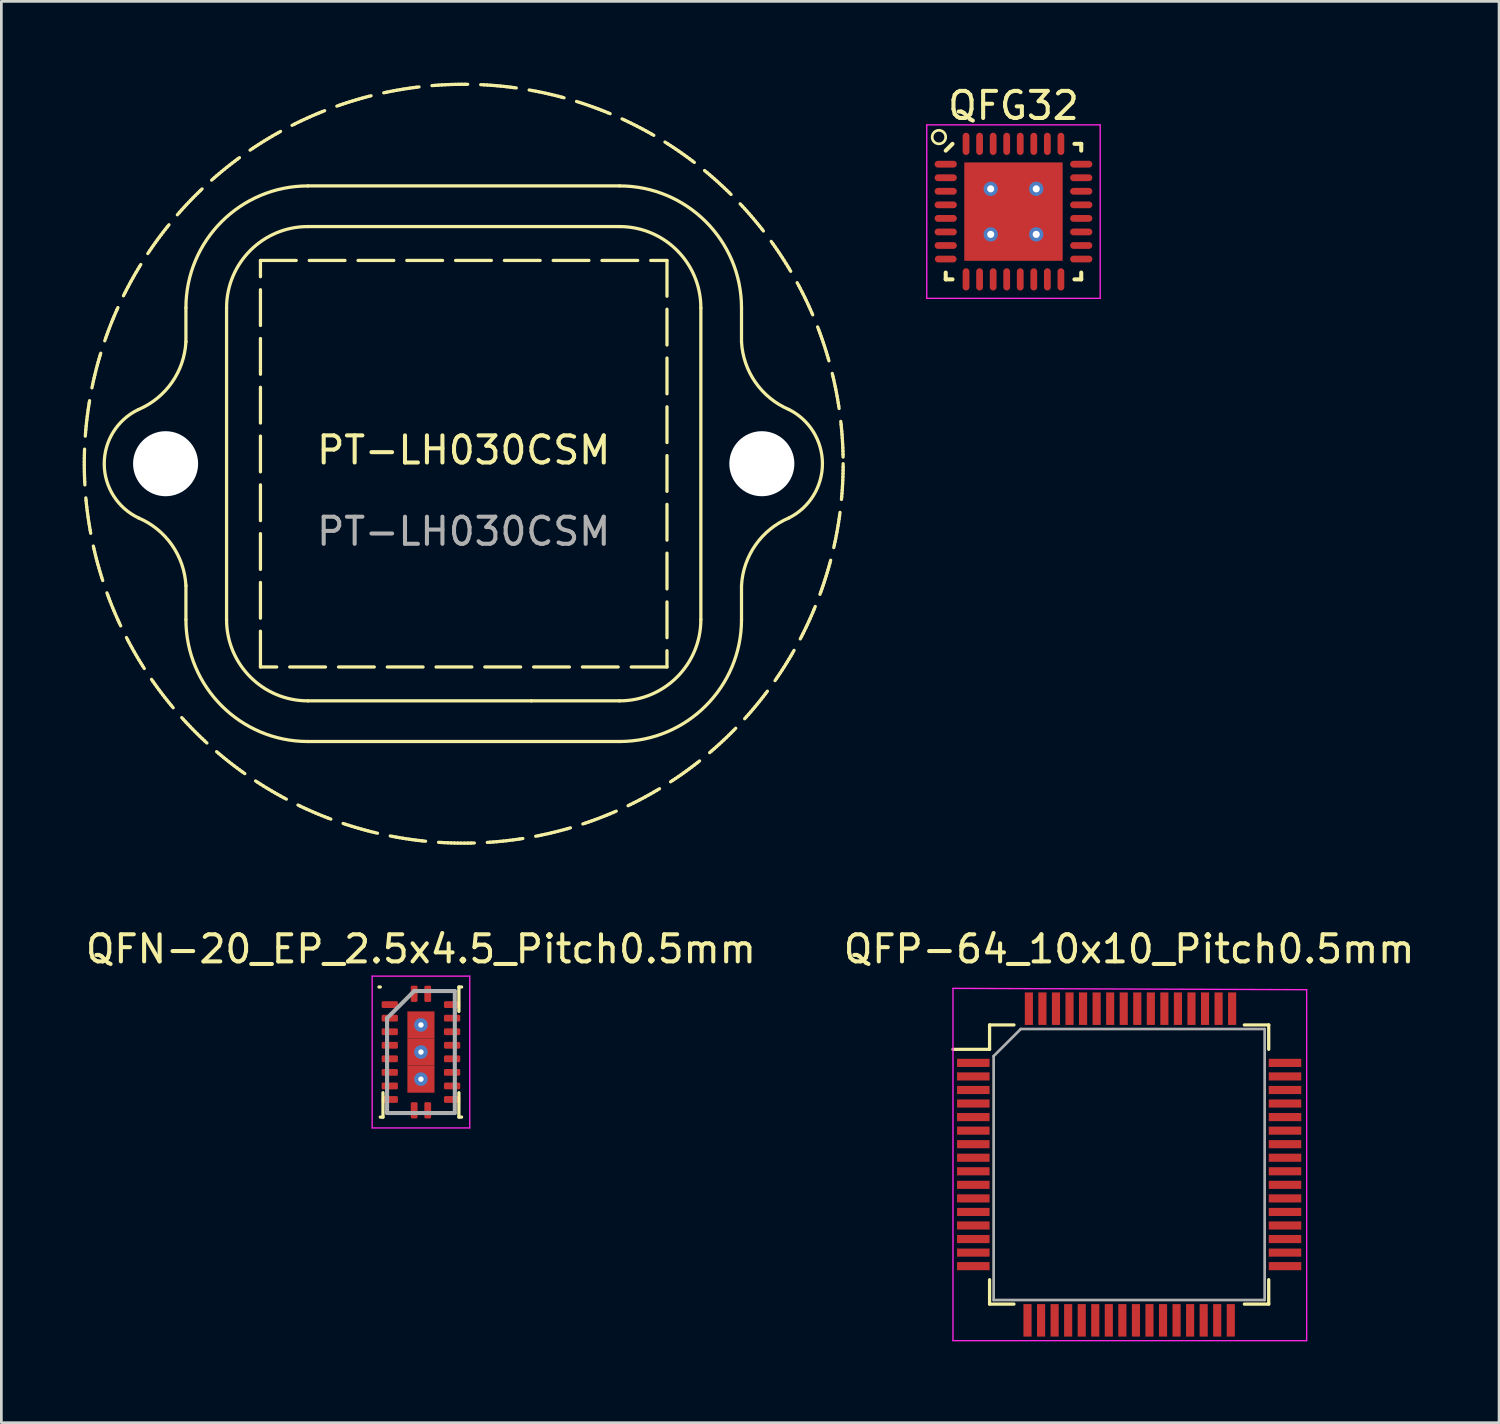
<source format=kicad_pcb>
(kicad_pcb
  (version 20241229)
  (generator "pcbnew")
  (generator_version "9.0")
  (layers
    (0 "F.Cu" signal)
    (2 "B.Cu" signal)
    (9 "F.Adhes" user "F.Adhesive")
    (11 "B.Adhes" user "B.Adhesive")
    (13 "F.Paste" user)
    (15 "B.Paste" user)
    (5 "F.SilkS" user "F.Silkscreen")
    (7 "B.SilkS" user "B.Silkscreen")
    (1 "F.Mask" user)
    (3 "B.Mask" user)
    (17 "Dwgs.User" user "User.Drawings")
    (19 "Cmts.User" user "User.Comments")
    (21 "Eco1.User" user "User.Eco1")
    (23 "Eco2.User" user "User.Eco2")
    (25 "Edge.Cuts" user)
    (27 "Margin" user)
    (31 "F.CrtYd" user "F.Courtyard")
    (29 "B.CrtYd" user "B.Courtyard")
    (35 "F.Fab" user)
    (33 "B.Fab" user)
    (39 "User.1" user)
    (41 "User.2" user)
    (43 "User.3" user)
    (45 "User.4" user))
  (footprint "PT-LH030CSM"
    (layer "F.Cu")
    (at 14.06 14.06)
    (property "Reference" "PT-LH030CSM" (at 0 -0.5 0) (unlocked yes) (layer "F.SilkS") (effects (font (size 1 1) (thickness 0.15))))
    (fp_line (start -10.25 -5.75) (end -10.25 -4.5) (stroke (width 0.12) (type default)) (layer "F.SilkS"))
    (fp_line (start -10.25 4.5) (end -10.25 5.75) (stroke (width 0.12) (type default)) (layer "F.SilkS"))
    (fp_line (start -8.75 -5.75) (end -8.75 5.75) (stroke (width 0.12) (type default)) (layer "F.SilkS"))
    (fp_line (start -5.75 -10.25) (end 5.75 -10.25) (stroke (width 0.12) (type default)) (layer "F.SilkS"))
    (fp_line (start -5.75 -8.75) (end 5.75 -8.75) (stroke (width 0.12) (type default)) (layer "F.SilkS"))
    (fp_line (start -5.75 8.75) (end 5.75 8.75) (stroke (width 0.12) (type default)) (layer "F.SilkS"))
    (fp_line (start -5.75 10.25) (end 5.75 10.25) (stroke (width 0.12) (type default)) (layer "F.SilkS"))
    (fp_line (start 2.5 8.75) (end 2.5 8.75) (stroke (width 0.12) (type default)) (layer "F.SilkS"))
    (fp_line (start 8.75 -5.75) (end 8.75 5.75) (stroke (width 0.12) (type default)) (layer "F.SilkS"))
    (fp_line (start 10.25 -5.75) (end 10.25 -4.5) (stroke (width 0.12) (type default)) (layer "F.SilkS"))
    (fp_line (start 10.25 4.5) (end 10.25 5.75) (stroke (width 0.12) (type default)) (layer "F.SilkS"))
    (fp_rect (start -7.5 -7.5) (end 7.5 7.5) (stroke (width 0.12) (type dash)) (fill no) (layer "F.SilkS"))
    (fp_arc (start -12 1.999999) (mid -13.26414 0.008861) (end -12.015978 -1.992331) (stroke (width 0.12) (type default)) (layer "F.SilkS"))
    (fp_arc (start -12 2) (mid -10.766568 2.999097) (end -10.25 4.5) (stroke (width 0.12) (type default)) (layer "F.SilkS"))
    (fp_arc (start -10.25 -5.75) (mid -8.931981 -8.931981) (end -5.75 -10.25) (stroke (width 0.12) (type default)) (layer "F.SilkS"))
    (fp_arc (start -10.25 -4.5) (mid -10.766568 -2.999097) (end -12 -2) (stroke (width 0.12) (type default)) (layer "F.SilkS"))
    (fp_arc (start -8.75 -5.75) (mid -7.87132 -7.87132) (end -5.75 -8.75) (stroke (width 0.12) (type default)) (layer "F.SilkS"))
    (fp_arc (start -5.75 8.75) (mid -7.87132 7.87132) (end -8.75 5.75) (stroke (width 0.12) (type default)) (layer "F.SilkS"))
    (fp_arc (start -5.75 10.25) (mid -8.931981 8.931981) (end -10.25 5.75) (stroke (width 0.12) (type default)) (layer "F.SilkS"))
    (fp_arc (start 5.75 -10.25) (mid 8.931981 -8.931981) (end 10.25 -5.75) (stroke (width 0.12) (type default)) (layer "F.SilkS"))
    (fp_arc (start 5.75 -8.75) (mid 7.87132 -7.87132) (end 8.75 -5.75) (stroke (width 0.12) (type default)) (layer "F.SilkS"))
    (fp_arc (start 8.75 5.75) (mid 7.87132 7.87132) (end 5.75 8.75) (stroke (width 0.12) (type default)) (layer "F.SilkS"))
    (fp_arc (start 10.25 4.5) (mid 10.766568 2.999097) (end 12 2) (stroke (width 0.12) (type default)) (layer "F.SilkS"))
    (fp_arc (start 10.25 5.75) (mid 8.931981 8.931981) (end 5.75 10.25) (stroke (width 0.12) (type default)) (layer "F.SilkS"))
    (fp_arc (start 12 -2) (mid 10.766568 -2.999097) (end 10.25 -4.5) (stroke (width 0.12) (type default)) (layer "F.SilkS"))
    (fp_arc (start 12 -1.999999) (mid 13.236067 0) (end 12 1.999999) (stroke (width 0.12) (type default)) (layer "F.SilkS"))
    (fp_circle (center 0 0) (end 14 0) (stroke (width 0.12) (type dash)) (fill no) (layer "F.SilkS"))
    (fp_text user "${REFERENCE}" (at 0 2.5 0) (unlocked yes) (layer "F.Fab") (effects (font (size 1 1) (thickness 0.15))))
    (pad "" np_thru_hole circle (at -11 0) (size 2.4 2.4) (drill 2.4) (layers "*.Cu" "*.Mask"))
    (pad "" np_thru_hole circle (at 11 0) (size 2.4 2.4) (drill 2.4) (layers "*.Cu" "*.Mask")))
  (footprint "QFP-64_10x10_Pitch0.5mm"
    (layer "F.Cu")
    (at 38.613 39.918)
    (property "Reference" "QFP-64_10x10_Pitch0.5mm" (at 0 -7.95 0) (layer "F.SilkS") (effects (font (size 1 1) (thickness 0.15))))
    (attr smd)
    (fp_line (start -5.15 -5.15) (end -5.15 -4.25) (stroke (width 0.12) (type solid)) (layer "F.SilkS"))
    (fp_line (start -5.15 -4.25) (end -6.5 -4.25) (stroke (width 0.12) (type solid)) (layer "F.SilkS"))
    (fp_line (start -5.15 5.15) (end -5.15 4.25) (stroke (width 0.12) (type solid)) (layer "F.SilkS"))
    (fp_line (start -4.25 -5.15) (end -5.15 -5.15) (stroke (width 0.12) (type solid)) (layer "F.SilkS"))
    (fp_line (start -4.25 5.15) (end -5.15 5.15) (stroke (width 0.12) (type solid)) (layer "F.SilkS"))
    (fp_line (start 4.25 -5.15) (end 5.15 -5.15) (stroke (width 0.12) (type solid)) (layer "F.SilkS"))
    (fp_line (start 4.25 5.15) (end 5.15 5.15) (stroke (width 0.12) (type solid)) (layer "F.SilkS"))
    (fp_line (start 5.15 -5.15) (end 5.15 -4.25) (stroke (width 0.12) (type solid)) (layer "F.SilkS"))
    (fp_line (start 5.15 5.15) (end 5.15 4.25) (stroke (width 0.12) (type solid)) (layer "F.SilkS"))
    (fp_line (start -6.5 -6.5) (end 6.55 -6.45) (stroke (width 0.05) (type solid)) (layer "F.CrtYd"))
    (fp_line (start -6.5 6.5) (end -6.5 -6.5) (stroke (width 0.05) (type solid)) (layer "F.CrtYd"))
    (fp_line (start 6.55 -6.45) (end 6.55 6.5) (stroke (width 0.05) (type solid)) (layer "F.CrtYd"))
    (fp_line (start 6.55 6.5) (end -6.5 6.5) (stroke (width 0.05) (type solid)) (layer "F.CrtYd"))
    (fp_line (start -5 -4) (end -5 5) (stroke (width 0.1) (type solid)) (layer "F.Fab"))
    (fp_line (start -5 5) (end 5 5) (stroke (width 0.1) (type solid)) (layer "F.Fab"))
    (fp_line (start -4 -5) (end -5 -4) (stroke (width 0.1) (type solid)) (layer "F.Fab"))
    (fp_line (start 5 -5) (end -4 -5) (stroke (width 0.1) (type solid)) (layer "F.Fab"))
    (fp_line (start 5 5) (end 5 -5) (stroke (width 0.1) (type solid)) (layer "F.Fab"))
    (pad "1" smd rect (at -5.75 -3.75 90) (size 0.3 1.2) (layers "F.Cu" "F.Mask" "F.Paste"))
    (pad "2" smd rect (at -5.75 -3.25 90) (size 0.3 1.2) (layers "F.Cu" "F.Mask" "F.Paste"))
    (pad "3" smd rect (at -5.75 -2.75 90) (size 0.3 1.2) (layers "F.Cu" "F.Mask" "F.Paste"))
    (pad "4" smd rect (at -5.75 -2.25 90) (size 0.3 1.2) (layers "F.Cu" "F.Mask" "F.Paste"))
    (pad "5" smd rect (at -5.75 -1.75 90) (size 0.3 1.2) (layers "F.Cu" "F.Mask" "F.Paste"))
    (pad "6" smd rect (at -5.75 -1.25 90) (size 0.3 1.2) (layers "F.Cu" "F.Mask" "F.Paste"))
    (pad "7" smd rect (at -5.75 -0.75 90) (size 0.3 1.2) (layers "F.Cu" "F.Mask" "F.Paste"))
    (pad "8" smd rect (at -5.75 -0.25 90) (size 0.3 1.2) (layers "F.Cu" "F.Mask" "F.Paste"))
    (pad "9" smd rect (at -5.75 0.25 90) (size 0.3 1.2) (layers "F.Cu" "F.Mask" "F.Paste"))
    (pad "10" smd rect (at -5.75 0.75 90) (size 0.3 1.2) (layers "F.Cu" "F.Mask" "F.Paste"))
    (pad "11" smd rect (at -5.75 1.25 90) (size 0.3 1.2) (layers "F.Cu" "F.Mask" "F.Paste"))
    (pad "12" smd rect (at -5.75 1.75 90) (size 0.3 1.2) (layers "F.Cu" "F.Mask" "F.Paste"))
    (pad "13" smd rect (at -5.75 2.25 90) (size 0.3 1.2) (layers "F.Cu" "F.Mask" "F.Paste"))
    (pad "14" smd rect (at -5.75 2.75 90) (size 0.3 1.2) (layers "F.Cu" "F.Mask" "F.Paste"))
    (pad "15" smd rect (at -5.75 3.25 90) (size 0.3 1.2) (layers "F.Cu" "F.Mask" "F.Paste"))
    (pad "16" smd rect (at -5.75 3.75 90) (size 0.3 1.2) (layers "F.Cu" "F.Mask" "F.Paste"))
    (pad "17" smd rect (at -3.75 5.75) (size 0.3 1.2) (layers "F.Cu" "F.Mask" "F.Paste"))
    (pad "18" smd rect (at -3.25 5.75) (size 0.3 1.2) (layers "F.Cu" "F.Mask" "F.Paste"))
    (pad "19" smd rect (at -2.75 5.75) (size 0.3 1.2) (layers "F.Cu" "F.Mask" "F.Paste"))
    (pad "20" smd rect (at -2.25 5.75) (size 0.3 1.2) (layers "F.Cu" "F.Mask" "F.Paste"))
    (pad "21" smd rect (at -1.75 5.75) (size 0.3 1.2) (layers "F.Cu" "F.Mask" "F.Paste"))
    (pad "22" smd rect (at -1.25 5.75) (size 0.3 1.2) (layers "F.Cu" "F.Mask" "F.Paste"))
    (pad "23" smd rect (at -0.75 5.75) (size 0.3 1.2) (layers "F.Cu" "F.Mask" "F.Paste"))
    (pad "24" smd rect (at -0.25 5.75) (size 0.3 1.2) (layers "F.Cu" "F.Mask" "F.Paste"))
    (pad "25" smd rect (at 0.25 5.75) (size 0.3 1.2) (layers "F.Cu" "F.Mask" "F.Paste"))
    (pad "26" smd rect (at 0.75 5.75) (size 0.3 1.2) (layers "F.Cu" "F.Mask" "F.Paste"))
    (pad "27" smd rect (at 1.25 5.75) (size 0.3 1.2) (layers "F.Cu" "F.Mask" "F.Paste"))
    (pad "28" smd rect (at 1.75 5.75) (size 0.3 1.2) (layers "F.Cu" "F.Mask" "F.Paste"))
    (pad "29" smd rect (at 2.25 5.75) (size 0.3 1.2) (layers "F.Cu" "F.Mask" "F.Paste"))
    (pad "30" smd rect (at 2.75 5.75) (size 0.3 1.2) (layers "F.Cu" "F.Mask" "F.Paste"))
    (pad "31" smd rect (at 3.25 5.75) (size 0.3 1.2) (layers "F.Cu" "F.Mask" "F.Paste"))
    (pad "32" smd rect (at 3.75 5.75) (size 0.3 1.2) (layers "F.Cu" "F.Mask" "F.Paste"))
    (pad "33" smd rect (at 5.75 3.75 90) (size 0.3 1.2) (layers "F.Cu" "F.Mask" "F.Paste"))
    (pad "34" smd rect (at 5.75 3.25 90) (size 0.3 1.2) (layers "F.Cu" "F.Mask" "F.Paste"))
    (pad "35" smd rect (at 5.75 2.75 90) (size 0.3 1.2) (layers "F.Cu" "F.Mask" "F.Paste"))
    (pad "36" smd rect (at 5.75 2.25 90) (size 0.3 1.2) (layers "F.Cu" "F.Mask" "F.Paste"))
    (pad "37" smd rect (at 5.75 1.75 90) (size 0.3 1.2) (layers "F.Cu" "F.Mask" "F.Paste"))
    (pad "38" smd rect (at 5.75 1.25 90) (size 0.3 1.2) (layers "F.Cu" "F.Mask" "F.Paste"))
    (pad "39" smd rect (at 5.75 0.75 90) (size 0.3 1.2) (layers "F.Cu" "F.Mask" "F.Paste"))
    (pad "40" smd rect (at 5.75 0.25 90) (size 0.3 1.2) (layers "F.Cu" "F.Mask" "F.Paste"))
    (pad "41" smd rect (at 5.75 -0.25 90) (size 0.3 1.2) (layers "F.Cu" "F.Mask" "F.Paste"))
    (pad "42" smd rect (at 5.75 -0.75 90) (size 0.3 1.2) (layers "F.Cu" "F.Mask" "F.Paste"))
    (pad "43" smd rect (at 5.75 -1.25 90) (size 0.3 1.2) (layers "F.Cu" "F.Mask" "F.Paste"))
    (pad "44" smd rect (at 5.75 -1.75 90) (size 0.3 1.2) (layers "F.Cu" "F.Mask" "F.Paste"))
    (pad "45" smd rect (at 5.75 -2.25 90) (size 0.3 1.2) (layers "F.Cu" "F.Mask" "F.Paste"))
    (pad "46" smd rect (at 5.75 -2.75 90) (size 0.3 1.2) (layers "F.Cu" "F.Mask" "F.Paste"))
    (pad "47" smd rect (at 5.75 -3.25 90) (size 0.3 1.2) (layers "F.Cu" "F.Mask" "F.Paste"))
    (pad "48" smd rect (at 5.75 -3.75 90) (size 0.3 1.2) (layers "F.Cu" "F.Mask" "F.Paste"))
    (pad "49" smd rect (at 3.8 -5.75) (size 0.3 1.2) (layers "F.Cu" "F.Mask" "F.Paste"))
    (pad "50" smd rect (at 3.3 -5.75) (size 0.3 1.2) (layers "F.Cu" "F.Mask" "F.Paste"))
    (pad "51" smd rect (at 2.8 -5.75) (size 0.3 1.2) (layers "F.Cu" "F.Mask" "F.Paste"))
    (pad "52" smd rect (at 2.3 -5.75) (size 0.3 1.2) (layers "F.Cu" "F.Mask" "F.Paste"))
    (pad "53" smd rect (at 1.8 -5.75) (size 0.3 1.2) (layers "F.Cu" "F.Mask" "F.Paste"))
    (pad "54" smd rect (at 1.3 -5.75) (size 0.3 1.2) (layers "F.Cu" "F.Mask" "F.Paste"))
    (pad "55" smd rect (at 0.8 -5.75) (size 0.3 1.2) (layers "F.Cu" "F.Mask" "F.Paste"))
    (pad "56" smd rect (at 0.3 -5.75) (size 0.3 1.2) (layers "F.Cu" "F.Mask" "F.Paste"))
    (pad "57" smd rect (at -0.2 -5.75) (size 0.3 1.2) (layers "F.Cu" "F.Mask" "F.Paste"))
    (pad "58" smd rect (at -0.7 -5.75) (size 0.3 1.2) (layers "F.Cu" "F.Mask" "F.Paste"))
    (pad "59" smd rect (at -1.2 -5.75) (size 0.3 1.2) (layers "F.Cu" "F.Mask" "F.Paste"))
    (pad "60" smd rect (at -1.7 -5.75) (size 0.3 1.2) (layers "F.Cu" "F.Mask" "F.Paste"))
    (pad "61" smd rect (at -2.2 -5.75) (size 0.3 1.2) (layers "F.Cu" "F.Mask" "F.Paste"))
    (pad "62" smd rect (at -2.7 -5.75) (size 0.3 1.2) (layers "F.Cu" "F.Mask" "F.Paste"))
    (pad "63" smd rect (at -3.2 -5.75) (size 0.3 1.2) (layers "F.Cu" "F.Mask" "F.Paste"))
    (pad "64" smd rect (at -3.7 -5.75) (size 0.3 1.2) (layers "F.Cu" "F.Mask" "F.Paste")))
  (footprint "QFG32"
    (layer "F.Cu")
    (at 34.345 4.758)
    (property "Reference" "QFG32" (at 0 -3.91 0) (layer "F.SilkS") (effects (font (size 1 1) (thickness 0.15))))
    (attr smd)
    (fp_line (start -2.5 -2.25) (end -2.25 -2.5) (stroke (width 0.15) (type solid)) (layer "F.SilkS"))
    (fp_line (start -2.5 2.5) (end -2.5 2.25) (stroke (width 0.15) (type solid)) (layer "F.SilkS"))
    (fp_line (start -2.25 2.5) (end -2.5 2.5) (stroke (width 0.15) (type solid)) (layer "F.SilkS"))
    (fp_line (start 2.25 -2.5) (end 2.5 -2.5) (stroke (width 0.15) (type solid)) (layer "F.SilkS"))
    (fp_line (start 2.25 2.5) (end 2.5 2.5) (stroke (width 0.15) (type solid)) (layer "F.SilkS"))
    (fp_line (start 2.5 -2.5) (end 2.5 -2.25) (stroke (width 0.15) (type solid)) (layer "F.SilkS"))
    (fp_line (start 2.5 2.5) (end 2.5 2.25) (stroke (width 0.15) (type solid)) (layer "F.SilkS"))
    (fp_circle (center -2.75 -2.75) (end -2.5 -2.75) (stroke (width 0.1) (type solid)) (fill no) (layer "F.SilkS"))
    (fp_line (start -3.2 -3.2) (end 3.2 -3.2) (stroke (width 0.05) (type solid)) (layer "F.CrtYd"))
    (fp_line (start -3.2 3.2) (end -3.2 -3.2) (stroke (width 0.05) (type solid)) (layer "F.CrtYd"))
    (fp_line (start 3.2 -3.2) (end 3.2 3.2) (stroke (width 0.05) (type solid)) (layer "F.CrtYd"))
    (fp_line (start 3.2 3.2) (end -3.2 3.2) (stroke (width 0.05) (type solid)) (layer "F.CrtYd"))
    (pad "1" smd oval (at -2.5 -1.75 90) (size 0.25 0.82) (layers "F.Cu" "F.Mask" "F.Paste"))
    (pad "2" smd oval (at -2.5 -1.25 90) (size 0.25 0.82) (layers "F.Cu" "F.Mask" "F.Paste"))
    (pad "3" smd oval (at -2.5 -0.75 90) (size 0.25 0.82) (layers "F.Cu" "F.Mask" "F.Paste"))
    (pad "4" smd oval (at -2.5 -0.25 90) (size 0.25 0.82) (layers "F.Cu" "F.Mask" "F.Paste"))
    (pad "5" smd oval (at -2.5 0.25 90) (size 0.25 0.82) (layers "F.Cu" "F.Mask" "F.Paste"))
    (pad "6" smd oval (at -2.5 0.75 90) (size 0.25 0.82) (layers "F.Cu" "F.Mask" "F.Paste"))
    (pad "7" smd oval (at -2.5 1.25 90) (size 0.25 0.82) (layers "F.Cu" "F.Mask" "F.Paste"))
    (pad "8" smd oval (at -2.5 1.75 90) (size 0.25 0.8) (layers "F.Cu" "F.Mask" "F.Paste"))
    (pad "9" smd oval (at -1.75 2.5) (size 0.25 0.82) (layers "F.Cu" "F.Mask" "F.Paste"))
    (pad "10" smd oval (at -1.25 2.5) (size 0.25 0.82) (layers "F.Cu" "F.Mask" "F.Paste"))
    (pad "11" smd oval (at -0.75 2.5 180) (size 0.25 0.82) (layers "F.Cu" "F.Mask" "F.Paste"))
    (pad "12" smd oval (at -0.25 2.5) (size 0.25 0.82) (layers "F.Cu" "F.Mask" "F.Paste"))
    (pad "13" smd oval (at 0.25 2.5) (size 0.25 0.82) (layers "F.Cu" "F.Mask" "F.Paste"))
    (pad "14" smd oval (at 0.75 2.5) (size 0.25 0.82) (layers "F.Cu" "F.Mask" "F.Paste"))
    (pad "15" smd oval (at 1.25 2.5) (size 0.25 0.82) (layers "F.Cu" "F.Mask" "F.Paste"))
    (pad "16" smd oval (at 1.75 2.5 180) (size 0.25 0.82) (layers "F.Cu" "F.Mask" "F.Paste"))
    (pad "17" smd oval (at 2.5 1.75 90) (size 0.25 0.82) (layers "F.Cu" "F.Mask" "F.Paste"))
    (pad "18" smd oval (at 2.5 1.25 90) (size 0.25 0.82) (layers "F.Cu" "F.Mask" "F.Paste"))
    (pad "19" smd oval (at 2.5 0.75 90) (size 0.25 0.82) (layers "F.Cu" "F.Mask" "F.Paste"))
    (pad "20" smd oval (at 2.5 0.25 90) (size 0.25 0.82) (layers "F.Cu" "F.Mask" "F.Paste"))
    (pad "21" smd oval (at 2.5 -0.25 90) (size 0.25 0.82) (layers "F.Cu" "F.Mask" "F.Paste"))
    (pad "22" smd oval (at 2.5 -0.75 90) (size 0.25 0.82) (layers "F.Cu" "F.Mask" "F.Paste"))
    (pad "23" smd oval (at 2.5 -1.25 90) (size 0.25 0.82) (layers "F.Cu" "F.Mask" "F.Paste"))
    (pad "24" smd oval (at 2.5 -1.75 90) (size 0.25 0.82) (layers "F.Cu" "F.Mask" "F.Paste"))
    (pad "25" smd oval (at 1.75 -2.5) (size 0.25 0.82) (layers "F.Cu" "F.Mask" "F.Paste"))
    (pad "26" smd oval (at 1.25 -2.5) (size 0.25 0.82) (layers "F.Cu" "F.Mask" "F.Paste"))
    (pad "27" smd oval (at 0.75 -2.5) (size 0.25 0.82) (layers "F.Cu" "F.Mask" "F.Paste"))
    (pad "28" smd oval (at 0.25 -2.5) (size 0.25 0.82) (layers "F.Cu" "F.Mask" "F.Paste"))
    (pad "29" smd oval (at -0.25 -2.5) (size 0.25 0.82) (layers "F.Cu" "F.Mask" "F.Paste"))
    (pad "30" smd oval (at -0.75 -2.5) (size 0.25 0.82) (layers "F.Cu" "F.Mask" "F.Paste"))
    (pad "31" smd oval (at -1.25 -2.5) (size 0.25 0.82) (layers "F.Cu" "F.Mask" "F.Paste"))
    (pad "32" smd oval (at -1.75 -2.5) (size 0.25 0.82) (layers "F.Cu" "F.Mask" "F.Paste"))
    (pad "33" thru_hole circle (at -0.84 -0.84) (size 0.527 0.527) (drill 0.263) (layers "*.Cu" "*.Mask"))
    (pad "33" thru_hole circle (at -0.84 0.84) (size 0.527 0.527) (drill 0.263) (layers "*.Cu" "*.Mask"))
    (pad "33" smd rect (at 0 0) (size 3.63 3.63) (layers "F.Cu" "F.Mask"))
    (pad "33" thru_hole circle (at 0.84 -0.84) (size 0.527 0.527) (drill 0.263) (layers "*.Cu" "*.Mask"))
    (pad "33" thru_hole circle (at 0.84 0.84) (size 0.527 0.527) (drill 0.263) (layers "*.Cu" "*.Mask")))
  (footprint "QFN-20_EP_2.5x4.5_Pitch0.5mm"
    (layer "F.Cu")
    (at 12.482 35.768)
    (property "Reference" "QFN-20_EP_2.5x4.5_Pitch0.5mm" (at 0 -3.8 0) (layer "F.SilkS") (effects (font (size 1 1) (thickness 0.15))))
    (attr smd)
    (fp_line (start -1.5 -2.4) (end -1.55 -2.4) (stroke (width 0.12) (type solid)) (layer "F.SilkS"))
    (fp_line (start -1.5 2.4) (end -1.4 2.4) (stroke (width 0.12) (type solid)) (layer "F.SilkS"))
    (fp_line (start -1.4 2.4) (end -1.4 1.5) (stroke (width 0.12) (type solid)) (layer "F.SilkS"))
    (fp_line (start 1.4 -2.4) (end 1.4 -1.5) (stroke (width 0.12) (type solid)) (layer "F.SilkS"))
    (fp_line (start 1.4 2.4) (end 1.4 1.5) (stroke (width 0.12) (type solid)) (layer "F.SilkS"))
    (fp_line (start 1.5 -2.4) (end 1.4 -2.4) (stroke (width 0.12) (type solid)) (layer "F.SilkS"))
    (fp_line (start 1.5 2.4) (end 1.4 2.4) (stroke (width 0.12) (type solid)) (layer "F.SilkS"))
    (fp_line (start -1.8 -2.8) (end 1.8 -2.8) (stroke (width 0.05) (type solid)) (layer "F.CrtYd"))
    (fp_line (start -1.8 2.8) (end -1.8 -2.8) (stroke (width 0.05) (type solid)) (layer "F.CrtYd"))
    (fp_line (start 1.8 -2.8) (end 1.8 2.8) (stroke (width 0.05) (type solid)) (layer "F.CrtYd"))
    (fp_line (start 1.8 2.8) (end -1.8 2.8) (stroke (width 0.05) (type solid)) (layer "F.CrtYd"))
    (fp_line (start -1.25 -1.25) (end -1.25 2.25) (stroke (width 0.15) (type solid)) (layer "F.Fab"))
    (fp_line (start -1.25 2.25) (end 1.25 2.25) (stroke (width 0.15) (type solid)) (layer "F.Fab"))
    (fp_line (start -0.25 -2.25) (end -1.25 -1.25) (stroke (width 0.15) (type solid)) (layer "F.Fab"))
    (fp_line (start 1.25 -2.25) (end -0.25 -2.25) (stroke (width 0.15) (type solid)) (layer "F.Fab"))
    (fp_line (start 1.25 2.25) (end 1.25 -2.25) (stroke (width 0.15) (type solid)) (layer "F.Fab"))
    (pad "1" smd roundrect (at -0.25 -2.15 90) (size 0.6 0.25) (layers "F.Cu" "F.Mask" "F.Paste") (roundrect_rratio 0.2))
    (pad "2" smd roundrect (at -1.15 -1.75 180) (size 0.6 0.25) (layers "F.Cu" "F.Mask" "F.Paste") (roundrect_rratio 0.2))
    (pad "3" smd roundrect (at -1.15 -1.25 180) (size 0.6 0.25) (layers "F.Cu" "F.Mask" "F.Paste") (roundrect_rratio 0.2))
    (pad "4" smd roundrect (at -1.15 -0.75 180) (size 0.6 0.25) (layers "F.Cu" "F.Mask" "F.Paste") (roundrect_rratio 0.2))
    (pad "5" smd roundrect (at -1.15 -0.25 180) (size 0.6 0.25) (layers "F.Cu" "F.Mask" "F.Paste") (roundrect_rratio 0.2))
    (pad "6" smd roundrect (at -1.15 0.25 180) (size 0.6 0.25) (layers "F.Cu" "F.Mask" "F.Paste") (roundrect_rratio 0.2))
    (pad "7" smd roundrect (at -1.15 0.75 180) (size 0.6 0.25) (layers "F.Cu" "F.Mask" "F.Paste") (roundrect_rratio 0.2))
    (pad "8" smd roundrect (at -1.15 1.25 180) (size 0.6 0.25) (layers "F.Cu" "F.Mask" "F.Paste") (roundrect_rratio 0.2))
    (pad "9" smd roundrect (at -1.15 1.75 180) (size 0.6 0.25) (layers "F.Cu" "F.Mask" "F.Paste") (roundrect_rratio 0.2))
    (pad "10" smd roundrect (at -0.25 2.15 90) (size 0.6 0.25) (layers "F.Cu" "F.Mask" "F.Paste") (roundrect_rratio 0.2))
    (pad "11" smd roundrect (at 0.25 2.15 90) (size 0.6 0.25) (layers "F.Cu" "F.Mask" "F.Paste") (roundrect_rratio 0.2))
    (pad "12" smd roundrect (at 1.15 1.75 180) (size 0.6 0.25) (layers "F.Cu" "F.Mask" "F.Paste") (roundrect_rratio 0.2))
    (pad "13" smd roundrect (at 1.15 1.25 180) (size 0.6 0.25) (layers "F.Cu" "F.Mask" "F.Paste") (roundrect_rratio 0.2))
    (pad "14" smd roundrect (at 1.15 0.75 180) (size 0.6 0.25) (layers "F.Cu" "F.Mask" "F.Paste") (roundrect_rratio 0.2))
    (pad "15" smd roundrect (at 1.15 0.25 180) (size 0.6 0.25) (layers "F.Cu" "F.Mask" "F.Paste") (roundrect_rratio 0.2))
    (pad "16" smd roundrect (at 1.15 -0.25 180) (size 0.6 0.25) (layers "F.Cu" "F.Mask" "F.Paste") (roundrect_rratio 0.2))
    (pad "17" smd roundrect (at 1.15 -0.75 180) (size 0.6 0.25) (layers "F.Cu" "F.Mask" "F.Paste") (roundrect_rratio 0.2))
    (pad "18" smd roundrect (at 1.15 -1.25 180) (size 0.6 0.25) (layers "F.Cu" "F.Mask" "F.Paste") (roundrect_rratio 0.2))
    (pad "19" smd roundrect (at 1.15 -1.75 180) (size 0.6 0.25) (layers "F.Cu" "F.Mask" "F.Paste") (roundrect_rratio 0.2))
    (pad "20" smd roundrect (at 0.25 -2.15 90) (size 0.6 0.25) (layers "F.Cu" "F.Mask" "F.Paste") (roundrect_rratio 0.2))
    (pad "21" thru_hole circle (at 0 -1) (size 0.5 0.5) (drill 0.2) (layers "*.Cu" "*.Mask"))
    (pad "21" smd rect (at 0 -1) (size 1 1) (layers "F.Cu" "F.Mask" "F.Paste"))
    (pad "21" thru_hole circle (at 0 0) (size 0.5 0.5) (drill 0.2) (layers "*.Cu" "*.Mask"))
    (pad "21" smd rect (at 0 0) (size 1 1) (layers "F.Cu" "F.Mask" "F.Paste"))
    (pad "21" thru_hole circle (at 0 1) (size 0.5 0.5) (drill 0.2) (layers "*.Cu" "*.Mask"))
    (pad "21" smd rect (at 0 1) (size 1 1) (layers "F.Cu" "F.Mask" "F.Paste")))
  (gr_rect
    (start -3 -3)
    (end 52.262 49.443)
    (stroke (width 0.1) (type default))
    (fill no)
    (layer "Edge.Cuts")))
</source>
